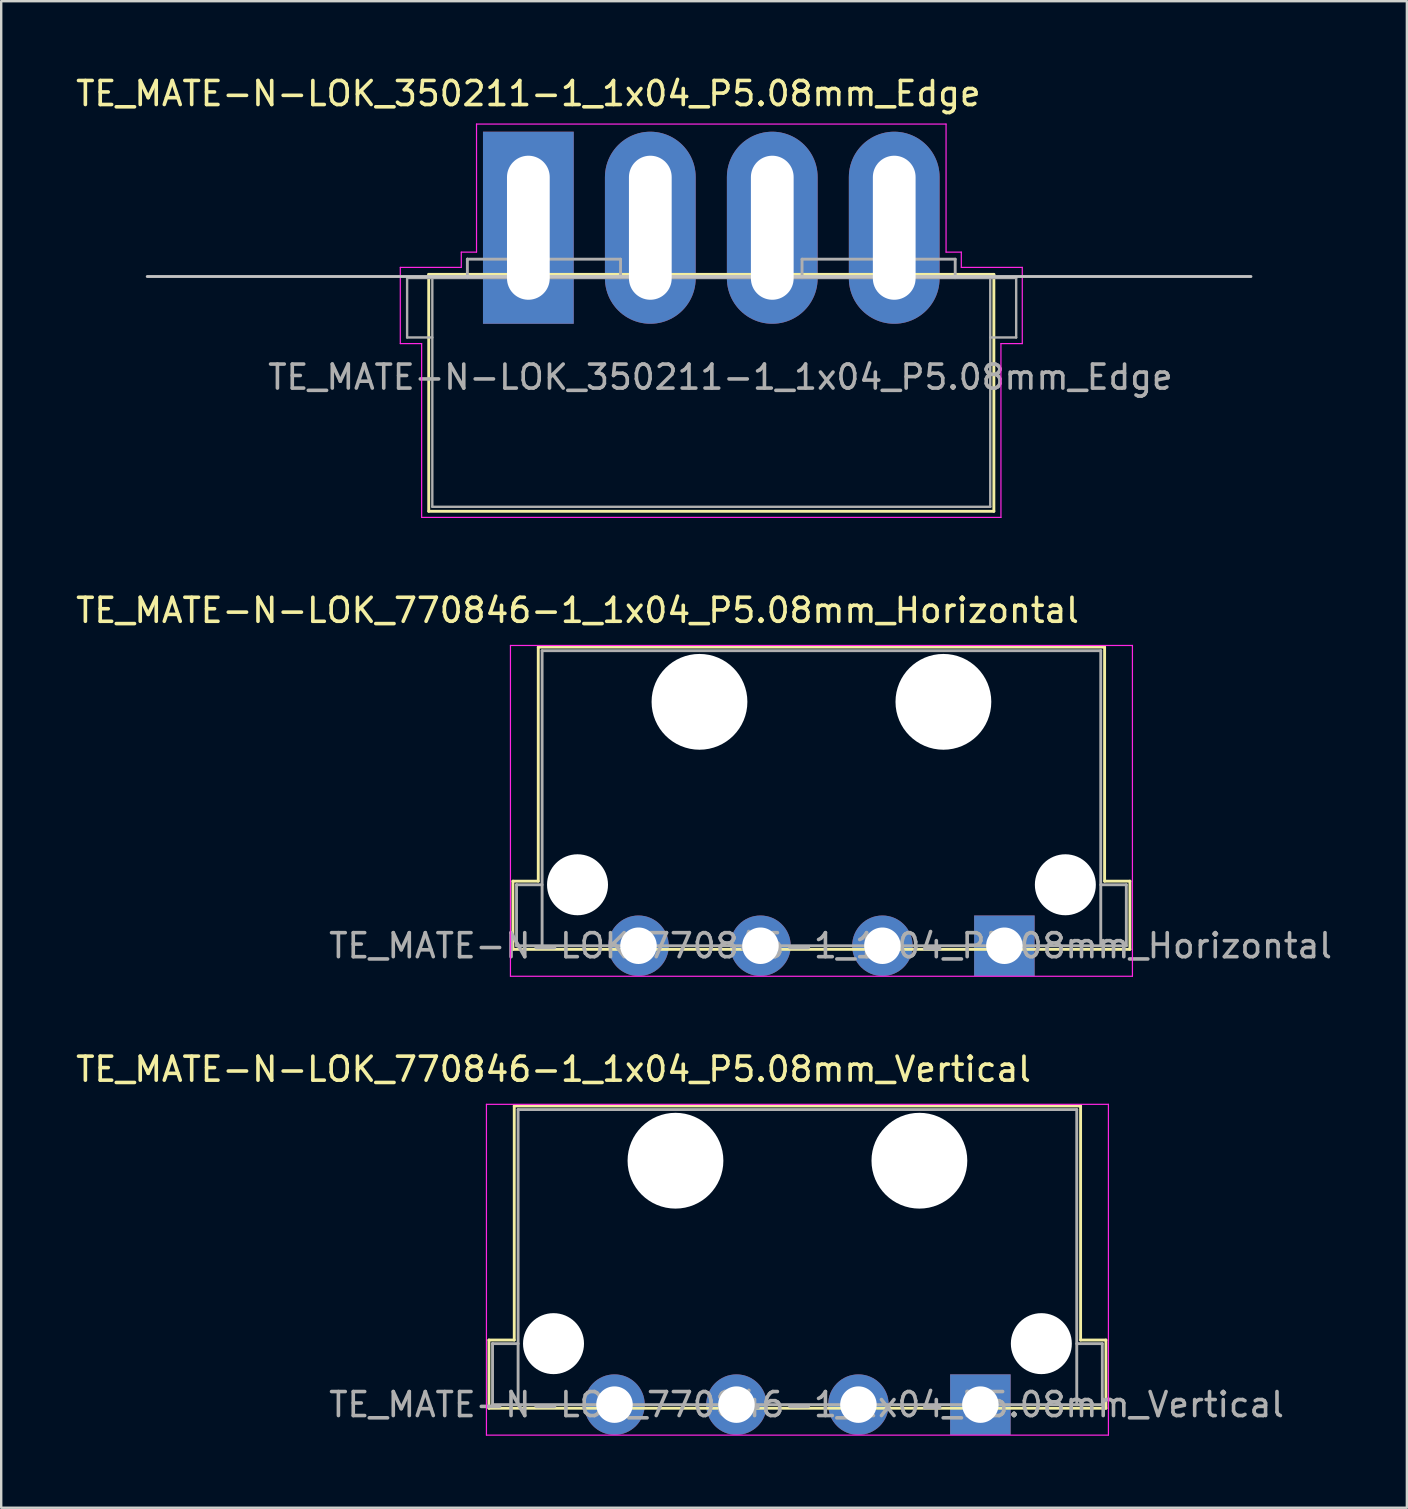
<source format=kicad_pcb>
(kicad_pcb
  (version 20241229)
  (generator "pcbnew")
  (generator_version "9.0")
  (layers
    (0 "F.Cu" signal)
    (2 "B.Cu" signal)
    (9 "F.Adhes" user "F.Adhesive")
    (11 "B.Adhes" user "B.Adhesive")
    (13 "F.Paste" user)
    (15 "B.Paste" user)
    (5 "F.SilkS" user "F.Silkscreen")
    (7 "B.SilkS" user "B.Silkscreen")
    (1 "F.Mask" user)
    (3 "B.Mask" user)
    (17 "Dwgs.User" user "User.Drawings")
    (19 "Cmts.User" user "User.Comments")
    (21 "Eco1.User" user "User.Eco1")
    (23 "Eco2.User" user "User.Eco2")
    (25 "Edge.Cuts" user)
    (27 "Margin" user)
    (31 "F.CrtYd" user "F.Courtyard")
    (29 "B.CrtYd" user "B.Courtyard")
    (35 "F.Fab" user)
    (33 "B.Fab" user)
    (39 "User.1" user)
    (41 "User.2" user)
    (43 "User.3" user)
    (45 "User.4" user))
  (footprint "TE_MATE-N-LOK_770846-1_1x04_P5.08mm_Horizontal"
    (layer "F.Cu")
    (at 31.166 36.344)
    (property "Reference" "TE_MATE-N-LOK_770846-1_1x04_P5.08mm_Horizontal" (at -10.16 -13.97 0) (layer "F.SilkS") (effects (font (size 1 1) (thickness 0.15))))
    (attr through_hole)
    (fp_line (start -12.85 -2.69) (end -12.85 0.15) (stroke (width 0.12) (type solid)) (layer "F.SilkS"))
    (fp_line (start -12.85 0.15) (end 12.85 0.15) (stroke (width 0.12) (type solid)) (layer "F.SilkS"))
    (fp_line (start -11.795 -12.44) (end -11.795 -2.69) (stroke (width 0.12) (type solid)) (layer "F.SilkS"))
    (fp_line (start -11.795 -2.69) (end -12.85 -2.69) (stroke (width 0.12) (type solid)) (layer "F.SilkS"))
    (fp_line (start 11.795 -12.44) (end -11.795 -12.44) (stroke (width 0.12) (type solid)) (layer "F.SilkS"))
    (fp_line (start 11.795 -2.69) (end 11.795 -12.44) (stroke (width 0.12) (type solid)) (layer "F.SilkS"))
    (fp_line (start 12.85 -2.69) (end 11.795 -2.69) (stroke (width 0.12) (type solid)) (layer "F.SilkS"))
    (fp_line (start 12.85 0.15) (end 12.85 -2.69) (stroke (width 0.12) (type solid)) (layer "F.SilkS"))
    (fp_line (start -12.954 1.27) (end -12.954 -12.509) (stroke (width 0.05) (type solid)) (layer "F.CrtYd"))
    (fp_line (start -12.954 1.27) (end 12.954 1.27) (stroke (width 0.05) (type solid)) (layer "F.CrtYd"))
    (fp_line (start 12.954 -12.509) (end -12.954 -12.509) (stroke (width 0.05) (type solid)) (layer "F.CrtYd"))
    (fp_line (start 12.954 1.27) (end 12.954 -12.509) (stroke (width 0.05) (type solid)) (layer "F.CrtYd"))
    (fp_line (start -12.7 -2.54) (end -12.7 -2.54) (stroke (width 0.12) (type solid)) (layer "F.Fab"))
    (fp_line (start -12.7 0) (end -12.7 -2.54) (stroke (width 0.12) (type solid)) (layer "F.Fab"))
    (fp_line (start -11.635 -12.29) (end 11.635 -12.29) (stroke (width 0.12) (type solid)) (layer "F.Fab"))
    (fp_line (start -11.635 -2.54) (end -12.7 -2.54) (stroke (width 0.12) (type solid)) (layer "F.Fab"))
    (fp_line (start -11.635 0) (end -12.7 0) (stroke (width 0.12) (type solid)) (layer "F.Fab"))
    (fp_line (start -11.635 0) (end -11.635 -12.29) (stroke (width 0.12) (type solid)) (layer "F.Fab"))
    (fp_line (start 11.635 -12.29) (end 11.635 0) (stroke (width 0.12) (type solid)) (layer "F.Fab"))
    (fp_line (start 11.635 -2.54) (end 12.7 -2.54) (stroke (width 0.12) (type solid)) (layer "F.Fab"))
    (fp_line (start 11.635 0) (end -11.635 0) (stroke (width 0.12) (type solid)) (layer "F.Fab"))
    (fp_line (start 11.635 0) (end 12.7 0) (stroke (width 0.12) (type solid)) (layer "F.Fab"))
    (fp_line (start 12.7 0) (end 12.7 -2.54) (stroke (width 0.12) (type solid)) (layer "F.Fab"))
    (fp_text user "${REFERENCE}" (at 0.38 0 0) (layer "F.Fab") (effects (font (size 1 1) (thickness 0.15))))
    (pad "" np_thru_hole circle (at -10.16 -2.54) (size 2.54 2.54) (drill 2.54) (layers "*.Cu" "*.Mask"))
    (pad "" np_thru_hole circle (at -5.08 -10.16) (size 3.99 3.99) (drill 3.99) (layers "*.Cu" "*.Mask"))
    (pad "" np_thru_hole circle (at 5.08 -10.16) (size 3.99 3.99) (drill 3.99) (layers "*.Cu" "*.Mask"))
    (pad "" np_thru_hole circle (at 10.16 -2.54) (size 2.54 2.54) (drill 2.54) (layers "*.Cu" "*.Mask"))
    (pad "1" thru_hole rect (at 7.62 0) (size 2.52 2.52) (drill 1.52) (layers "*.Cu" "*.Mask"))
    (pad "2" thru_hole circle (at 2.54 0) (size 2.52 2.52) (drill 1.52) (layers "*.Cu" "*.Mask"))
    (pad "3" thru_hole circle (at -2.54 0) (size 2.52 2.52) (drill 1.52) (layers "*.Cu" "*.Mask"))
    (pad "4" thru_hole circle (at -7.62 0) (size 2.52 2.52) (drill 1.52) (layers "*.Cu" "*.Mask")))
  (footprint "TE_MATE-N-LOK_770846-1_1x04_P5.08mm_Vertical"
    (layer "F.Cu")
    (at 30.166 55.458)
    (property "Reference" "TE_MATE-N-LOK_770846-1_1x04_P5.08mm_Vertical" (at -10.16 -13.97 0) (layer "F.SilkS") (effects (font (size 1 1) (thickness 0.15))))
    (attr through_hole)
    (fp_line (start -12.85 -2.69) (end -12.85 0.15) (stroke (width 0.12) (type solid)) (layer "F.SilkS"))
    (fp_line (start -12.85 0.15) (end 12.85 0.15) (stroke (width 0.12) (type solid)) (layer "F.SilkS"))
    (fp_line (start -11.795 -12.44) (end -11.795 -2.69) (stroke (width 0.12) (type solid)) (layer "F.SilkS"))
    (fp_line (start -11.795 -2.69) (end -12.85 -2.69) (stroke (width 0.12) (type solid)) (layer "F.SilkS"))
    (fp_line (start 11.795 -12.44) (end -11.795 -12.44) (stroke (width 0.12) (type solid)) (layer "F.SilkS"))
    (fp_line (start 11.795 -2.69) (end 11.795 -12.44) (stroke (width 0.12) (type solid)) (layer "F.SilkS"))
    (fp_line (start 12.85 -2.69) (end 11.795 -2.69) (stroke (width 0.12) (type solid)) (layer "F.SilkS"))
    (fp_line (start 12.85 0.15) (end 12.85 -2.69) (stroke (width 0.12) (type solid)) (layer "F.SilkS"))
    (fp_line (start -12.954 1.27) (end -12.954 -12.509) (stroke (width 0.05) (type solid)) (layer "F.CrtYd"))
    (fp_line (start -12.954 1.27) (end 12.954 1.27) (stroke (width 0.05) (type solid)) (layer "F.CrtYd"))
    (fp_line (start 12.954 -12.509) (end -12.954 -12.509) (stroke (width 0.05) (type solid)) (layer "F.CrtYd"))
    (fp_line (start 12.954 1.27) (end 12.954 -12.509) (stroke (width 0.05) (type solid)) (layer "F.CrtYd"))
    (fp_line (start -12.7 -2.54) (end -12.7 -2.54) (stroke (width 0.12) (type solid)) (layer "F.Fab"))
    (fp_line (start -12.7 0) (end -12.7 -2.54) (stroke (width 0.12) (type solid)) (layer "F.Fab"))
    (fp_line (start -11.635 -12.29) (end 11.635 -12.29) (stroke (width 0.12) (type solid)) (layer "F.Fab"))
    (fp_line (start -11.635 -2.54) (end -12.7 -2.54) (stroke (width 0.12) (type solid)) (layer "F.Fab"))
    (fp_line (start -11.635 0) (end -12.7 0) (stroke (width 0.12) (type solid)) (layer "F.Fab"))
    (fp_line (start -11.635 0) (end -11.635 -12.29) (stroke (width 0.12) (type solid)) (layer "F.Fab"))
    (fp_line (start 11.635 -12.29) (end 11.635 0) (stroke (width 0.12) (type solid)) (layer "F.Fab"))
    (fp_line (start 11.635 -2.54) (end 12.7 -2.54) (stroke (width 0.12) (type solid)) (layer "F.Fab"))
    (fp_line (start 11.635 0) (end -11.635 0) (stroke (width 0.12) (type solid)) (layer "F.Fab"))
    (fp_line (start 11.635 0) (end 12.7 0) (stroke (width 0.12) (type solid)) (layer "F.Fab"))
    (fp_line (start 12.7 0) (end 12.7 -2.54) (stroke (width 0.12) (type solid)) (layer "F.Fab"))
    (fp_text user "${REFERENCE}" (at 0.38 0 0) (layer "F.Fab") (effects (font (size 1 1) (thickness 0.15))))
    (pad "" np_thru_hole circle (at -10.16 -2.54) (size 2.54 2.54) (drill 2.54) (layers "*.Cu" "*.Mask"))
    (pad "" np_thru_hole circle (at -5.08 -10.16) (size 3.99 3.99) (drill 3.99) (layers "*.Cu" "*.Mask"))
    (pad "" np_thru_hole circle (at 5.08 -10.16) (size 3.99 3.99) (drill 3.99) (layers "*.Cu" "*.Mask"))
    (pad "" np_thru_hole circle (at 10.16 -2.54) (size 2.54 2.54) (drill 2.54) (layers "*.Cu" "*.Mask"))
    (pad "1" thru_hole rect (at 7.62 0) (size 2.52 2.52) (drill 1.52) (layers "*.Cu" "*.Mask"))
    (pad "2" thru_hole circle (at 2.54 0) (size 2.52 2.52) (drill 1.52) (layers "*.Cu" "*.Mask"))
    (pad "3" thru_hole circle (at -2.54 0) (size 2.52 2.52) (drill 1.52) (layers "*.Cu" "*.Mask"))
    (pad "4" thru_hole circle (at -7.62 0) (size 2.52 2.52) (drill 1.52) (layers "*.Cu" "*.Mask")))
  (footprint "TE_MATE-N-LOK_350211-1_1x04_P5.08mm_Edge"
    (layer "F.Cu")
    (at 26.578 8.468)
    (property "Reference" "TE_MATE-N-LOK_350211-1_1x04_P5.08mm_Edge" (at -7.62 -7.62 0) (layer "F.SilkS") (effects (font (size 1 1) (thickness 0.15))))
    (attr through_hole)
    (fp_line (start -11.77 -0.089) (end -11.77 9.779) (stroke (width 0.12) (type solid)) (layer "F.SilkS"))
    (fp_line (start -11.77 9.779) (end 11.77 9.779) (stroke (width 0.12) (type solid)) (layer "F.SilkS"))
    (fp_line (start 11.77 -0.089) (end -11.77 -0.089) (stroke (width 0.12) (type solid)) (layer "F.SilkS"))
    (fp_line (start 11.77 -0.089) (end 11.77 9.779) (stroke (width 0.12) (type solid)) (layer "F.SilkS"))
    (fp_line (start -23.495 0) (end 22.479 0) (stroke (width 0.12) (type solid)) (layer "Dwgs.User"))
    (fp_line (start -12.954 -0.381) (end -12.954 2.794) (stroke (width 0.05) (type solid)) (layer "F.CrtYd"))
    (fp_line (start -12.954 2.794) (end -12.065 2.794) (stroke (width 0.05) (type solid)) (layer "F.CrtYd"))
    (fp_line (start -12.065 2.794) (end -12.065 10.033) (stroke (width 0.05) (type solid)) (layer "F.CrtYd"))
    (fp_line (start -12.065 10.033) (end 12.065 10.033) (stroke (width 0.05) (type solid)) (layer "F.CrtYd"))
    (fp_line (start -10.414 -1.016) (end -10.414 -0.381) (stroke (width 0.05) (type solid)) (layer "F.CrtYd"))
    (fp_line (start -10.414 -1.016) (end -9.779 -1.016) (stroke (width 0.05) (type solid)) (layer "F.CrtYd"))
    (fp_line (start -10.414 -0.381) (end -12.954 -0.381) (stroke (width 0.05) (type solid)) (layer "F.CrtYd"))
    (fp_line (start -9.779 -1.016) (end -9.779 -6.35) (stroke (width 0.05) (type solid)) (layer "F.CrtYd"))
    (fp_line (start 9.779 -6.35) (end -9.779 -6.35) (stroke (width 0.05) (type solid)) (layer "F.CrtYd"))
    (fp_line (start 9.779 -1.016) (end 9.779 -6.35) (stroke (width 0.05) (type solid)) (layer "F.CrtYd"))
    (fp_line (start 10.414 -1.016) (end 9.779 -1.016) (stroke (width 0.05) (type solid)) (layer "F.CrtYd"))
    (fp_line (start 10.414 -0.381) (end 10.414 -1.016) (stroke (width 0.05) (type solid)) (layer "F.CrtYd"))
    (fp_line (start 12.065 2.794) (end 12.065 10.033) (stroke (width 0.05) (type solid)) (layer "F.CrtYd"))
    (fp_line (start 12.954 -0.381) (end 10.414 -0.381) (stroke (width 0.05) (type solid)) (layer "F.CrtYd"))
    (fp_line (start 12.954 2.794) (end 12.065 2.794) (stroke (width 0.05) (type solid)) (layer "F.CrtYd"))
    (fp_line (start 12.954 2.794) (end 12.954 -0.381) (stroke (width 0.05) (type solid)) (layer "F.CrtYd"))
    (fp_line (start -12.67 0.061) (end -11.62 0.061) (stroke (width 0.1) (type solid)) (layer "F.Fab"))
    (fp_line (start -12.67 2.54) (end -12.67 0.061) (stroke (width 0.1) (type solid)) (layer "F.Fab"))
    (fp_line (start -11.62 0.061) (end -11.62 9.591) (stroke (width 0.1) (type solid)) (layer "F.Fab"))
    (fp_line (start -11.62 2.54) (end -12.67 2.54) (stroke (width 0.1) (type solid)) (layer "F.Fab"))
    (fp_line (start -11.62 9.591) (end 11.62 9.591) (stroke (width 0.1) (type solid)) (layer "F.Fab"))
    (fp_line (start -10.16 -0.722) (end -10.16 -0.699) (stroke (width 0.12) (type solid)) (layer "F.Fab"))
    (fp_line (start -10.16 0.051) (end -10.16 -0.722) (stroke (width 0.12) (type solid)) (layer "F.Fab"))
    (fp_line (start -3.78 -0.722) (end -10.16 -0.722) (stroke (width 0.12) (type solid)) (layer "F.Fab"))
    (fp_line (start -3.78 0.051) (end -3.78 -0.722) (stroke (width 0.12) (type solid)) (layer "F.Fab"))
    (fp_line (start 3.78 0.051) (end 3.78 -0.722) (stroke (width 0.12) (type solid)) (layer "F.Fab"))
    (fp_line (start 10.16 -0.722) (end 3.78 -0.722) (stroke (width 0.12) (type solid)) (layer "F.Fab"))
    (fp_line (start 10.16 0.051) (end 10.16 -0.722) (stroke (width 0.12) (type solid)) (layer "F.Fab"))
    (fp_line (start 11.62 0.061) (end -11.62 0.061) (stroke (width 0.1) (type solid)) (layer "F.Fab"))
    (fp_line (start 11.62 2.54) (end 12.7 2.54) (stroke (width 0.1) (type solid)) (layer "F.Fab"))
    (fp_line (start 11.62 9.591) (end 11.62 0.061) (stroke (width 0.1) (type solid)) (layer "F.Fab"))
    (fp_line (start 12.7 0.061) (end 11.62 0.061) (stroke (width 0.1) (type solid)) (layer "F.Fab"))
    (fp_line (start 12.7 2.54) (end 12.7 0.061) (stroke (width 0.1) (type solid)) (layer "F.Fab"))
    (fp_text user "${REFERENCE}" (at 0.38 4.191 0) (layer "F.Fab") (effects (font (size 1 1) (thickness 0.15))))
    (pad "1" thru_hole rect (at -7.62 -2.032) (size 3.78 8) (drill oval 1.78 6) (layers "*.Cu" "*.Mask"))
    (pad "2" thru_hole oval (at -2.54 -2.032) (size 3.78 8) (drill oval 1.78 6) (layers "*.Cu" "*.Mask"))
    (pad "3" thru_hole oval (at 2.54 -2.032) (size 3.78 8) (drill oval 1.78 6) (layers "*.Cu" "*.Mask"))
    (pad "4" thru_hole oval (at 7.62 -2.032) (size 3.78 8) (drill oval 1.78 6) (layers "*.Cu" "*.Mask")))
  (gr_rect
    (start -3 -3)
    (end 55.552 59.753)
    (stroke (width 0.1) (type default))
    (fill no)
    (layer "Edge.Cuts")))
</source>
